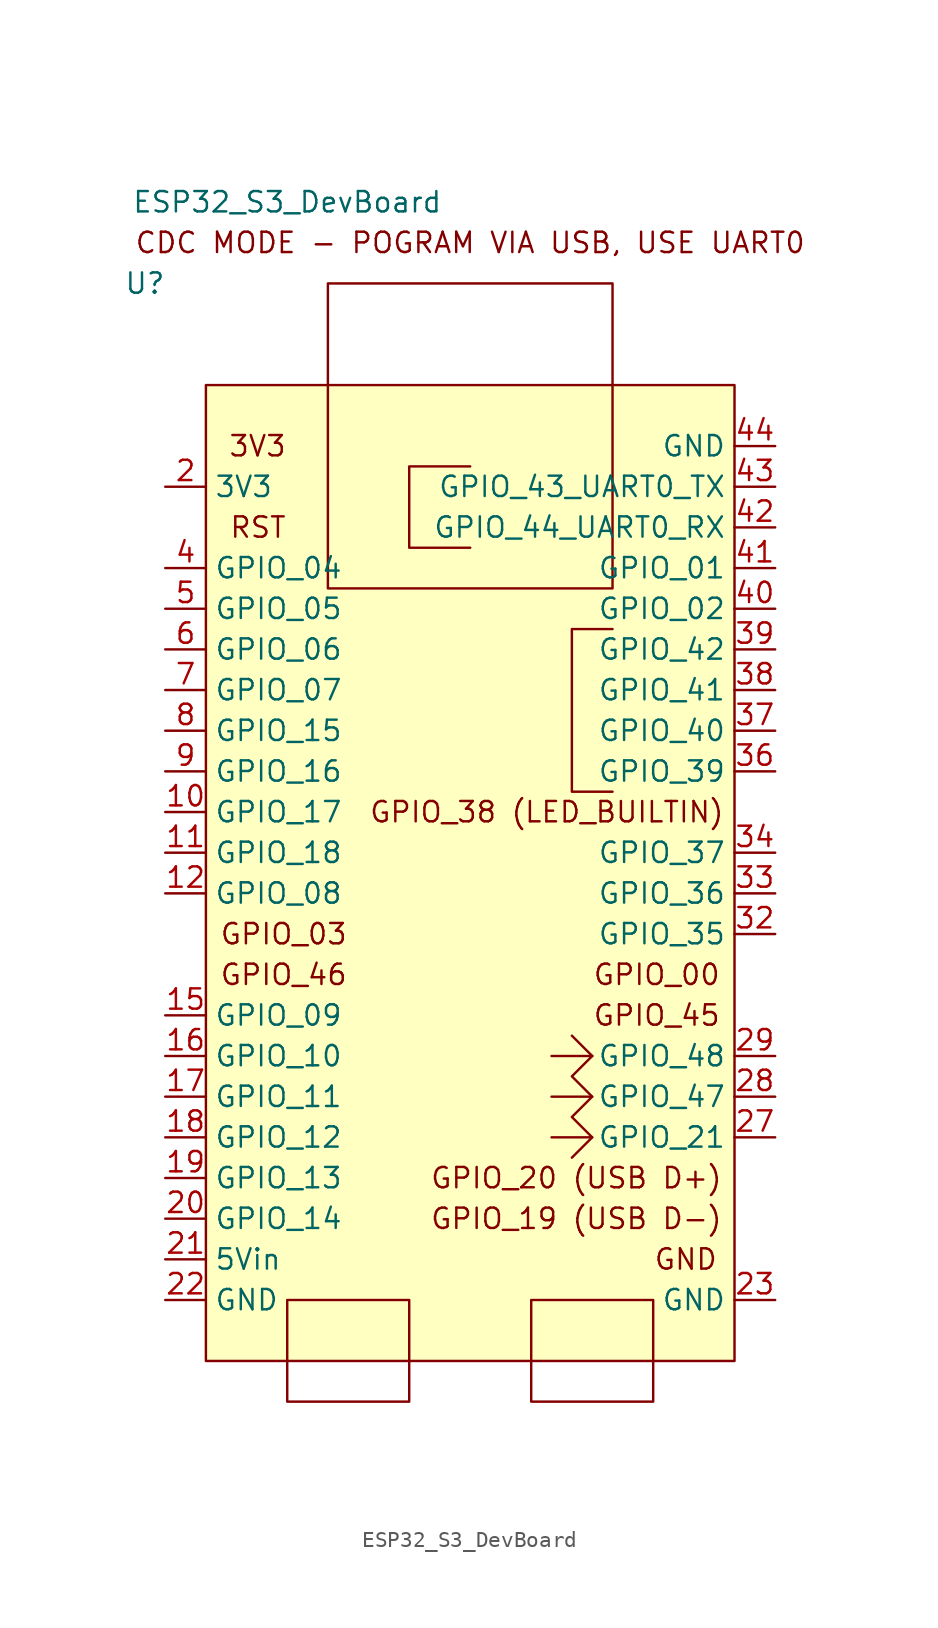
<source format=kicad_sym>
(kicad_symbol_lib
  (version 20211014)
  (generator kicad_symbol_editor)
  (symbol "ESP32_S3_DevBoard"
    (property "Reference" "U"
      (at -3.81 6.35 0)
      (effects (font (size 1.27 1.27))))
    (property "Value" "ESP32_S3_DevBoard"
      (at 5.08 11.43 0)
      (effects (font (size 1.27 1.27))))
    (symbol "ESP32_S3_DevBoard_0_0"
      (polyline (pts (xy 24.13 -46.99) (xy 21.59 -46.99)) (stroke (width 0.152) (type default) (color 0 0 0 0)) (fill (type none)))
      (polyline (pts (xy 24.13 -44.45) (xy 21.59 -44.45)) (stroke (width 0.152) (type default) (color 0 0 0 0)) (fill (type none)))
      (polyline (pts (xy 24.13 -41.91) (xy 21.59 -41.91)) (stroke (width 0.152) (type default) (color 0 0 0 0)) (fill (type none)))
      (polyline (pts (xy 24.13 -41.91) (xy 22.86 -40.64)) (stroke (width 0.152) (type default) (color 0 0 0 0)) (fill (type none)))
      (polyline (pts (xy 16.51 -10.16) (xy 12.7 -10.16) (xy 12.7 -5.08) (xy 16.51 -5.08)) (stroke (width 0.152) (type default) (color 0 0 0 0)) (fill (type none)))
      (polyline (pts (xy 25.4 -25.4) (xy 22.86 -25.4) (xy 22.86 -15.24) (xy 25.4 -15.24)) (stroke (width 0.152) (type default) (color 0 0 0 0)) (fill (type none)))
      (polyline (pts (xy 24.13 -41.91) (xy 22.86 -43.18) (xy 24.13 -44.45) (xy 22.86 -45.72) (xy 24.13 -46.99) (xy 22.86 -48.26)) (stroke (width 0.152) (type default) (color 0 0 0 0)) (fill (type none)))
      (rectangle (start 5.08 -57.15) (end 12.7 -63.5) (stroke (width 0.152) (type default) (color 0 0 0 0)) (fill (type none)))
      (rectangle (start 7.62 -12.7) (end 25.4 6.35) (stroke (width 0.152) (type default) (color 0 0 0 0)) (fill (type none)))
      (rectangle (start 20.32 -57.15) (end 27.94 -63.5) (stroke (width 0.152) (type default) (color 0 0 0 0)) (fill (type none)))
      (text "3V3" (at 5.08 -3.81 0) (effects (font (size 1.27 1.27)) (justify right)))
      (text "CDC MODE - POGRAM VIA USB, USE UART0" (at 16.51 8.89 0) (effects (font (size 1.27 1.27))))
      (text "GND" (at 27.94 -54.61 0) (effects (font (size 1.27 1.27)) (justify left)))
      (text "GPIO_00" (at 24.13 -36.83 0) (effects (font (size 1.27 1.27)) (justify left)))
      (text "GPIO_03" (at 8.89 -34.29 0) (effects (font (size 1.27 1.27)) (justify right)))
      (text "GPIO_19 (USB D-)" (at 13.97 -52.07 0) (effects (font (size 1.27 1.27)) (justify left)))
      (text "GPIO_20 (USB D+)" (at 13.97 -49.53 0) (effects (font (size 1.27 1.27)) (justify left)))
      (text "GPIO_38 (LED_BUILTIN)" (at 10.16 -26.67 0) (effects (font (size 1.27 1.27)) (justify left)))
      (text "GPIO_45" (at 24.13 -39.37 0) (effects (font (size 1.27 1.27)) (justify left)))
      (text "GPIO_46" (at 8.89 -36.83 0) (effects (font (size 1.27 1.27)) (justify right)))
      (text "RST" (at 5.08 -8.89 0) (effects (font (size 1.27 1.27)) (justify right))))
    (symbol "ESP32_S3_DevBoard_0_1"
      (rectangle (start 0 -60.96) (end 33.02 0) (stroke (width 0.152) (type default) (color 0 0 0 0)) (fill (type background))))
    (symbol "ESP32_S3_DevBoard_1_1"
      (pin input line (at -2.54 -26.67 0) (length 2.54) (name "GPIO_17" (effects (font (size 1.27 1.27)))) (number "10" (effects (font (size 1.27 1.27)))))
      (pin input line (at -2.54 -29.21 0) (length 2.54) (name "GPIO_18" (effects (font (size 1.27 1.27)))) (number "11" (effects (font (size 1.27 1.27)))))
      (pin input line (at -2.54 -31.75 0) (length 2.54) (name "GPIO_08" (effects (font (size 1.27 1.27)))) (number "12" (effects (font (size 1.27 1.27)))))
      (pin input line (at -2.54 -39.37 0) (length 2.54) (name "GPIO_09" (effects (font (size 1.27 1.27)))) (number "15" (effects (font (size 1.27 1.27)))))
      (pin input line (at -2.54 -41.91 0) (length 2.54) (name "GPIO_10" (effects (font (size 1.27 1.27)))) (number "16" (effects (font (size 1.27 1.27)))))
      (pin input line (at -2.54 -44.45 0) (length 2.54) (name "GPIO_11" (effects (font (size 1.27 1.27)))) (number "17" (effects (font (size 1.27 1.27)))))
      (pin input line (at -2.54 -46.99 0) (length 2.54) (name "GPIO_12" (effects (font (size 1.27 1.27)))) (number "18" (effects (font (size 1.27 1.27)))))
      (pin input line (at -2.54 -49.53 0) (length 2.54) (name "GPIO_13" (effects (font (size 1.27 1.27)))) (number "19" (effects (font (size 1.27 1.27)))))
      (pin input line (at -2.54 -6.35 0) (length 2.54) (name "3V3" (effects (font (size 1.27 1.27)))) (number "2" (effects (font (size 1.27 1.27)))))
      (pin input line (at -2.54 -52.07 0) (length 2.54) (name "GPIO_14" (effects (font (size 1.27 1.27)))) (number "20" (effects (font (size 1.27 1.27)))))
      (pin input line (at -2.54 -54.61 0) (length 2.54) (name "5Vin" (effects (font (size 1.27 1.27)))) (number "21" (effects (font (size 1.27 1.27)))))
      (pin input line (at -2.54 -57.15 0) (length 2.54) (name "GND" (effects (font (size 1.27 1.27)))) (number "22" (effects (font (size 1.27 1.27)))))
      (pin input line (at 35.56 -57.15 180) (length 2.54) (name "GND" (effects (font (size 1.27 1.27)))) (number "23" (effects (font (size 1.27 1.27)))))
      (pin input line (at 35.56 -46.99 180) (length 2.54) (name "GPIO_21" (effects (font (size 1.27 1.27)))) (number "27" (effects (font (size 1.27 1.27)))))
      (pin input line (at 35.56 -44.45 180) (length 2.54) (name "GPIO_47" (effects (font (size 1.27 1.27)))) (number "28" (effects (font (size 1.27 1.27)))))
      (pin input line (at 35.56 -41.91 180) (length 2.54) (name "GPIO_48" (effects (font (size 1.27 1.27)))) (number "29" (effects (font (size 1.27 1.27)))))
      (pin input line (at 35.56 -34.29 180) (length 2.54) (name "GPIO_35" (effects (font (size 1.27 1.27)))) (number "32" (effects (font (size 1.27 1.27)))))
      (pin input line (at 35.56 -31.75 180) (length 2.54) (name "GPIO_36" (effects (font (size 1.27 1.27)))) (number "33" (effects (font (size 1.27 1.27)))))
      (pin input line (at 35.56 -29.21 180) (length 2.54) (name "GPIO_37" (effects (font (size 1.27 1.27)))) (number "34" (effects (font (size 1.27 1.27)))))
      (pin input line (at 35.56 -24.13 180) (length 2.54) (name "GPIO_39" (effects (font (size 1.27 1.27)))) (number "36" (effects (font (size 1.27 1.27)))))
      (pin input line (at 35.56 -21.59 180) (length 2.54) (name "GPIO_40" (effects (font (size 1.27 1.27)))) (number "37" (effects (font (size 1.27 1.27)))))
      (pin input line (at 35.56 -19.05 180) (length 2.54) (name "GPIO_41" (effects (font (size 1.27 1.27)))) (number "38" (effects (font (size 1.27 1.27)))))
      (pin input line (at 35.56 -16.51 180) (length 2.54) (name "GPIO_42" (effects (font (size 1.27 1.27)))) (number "39" (effects (font (size 1.27 1.27)))))
      (pin input line (at -2.54 -11.43 0) (length 2.54) (name "GPIO_04" (effects (font (size 1.27 1.27)))) (number "4" (effects (font (size 1.27 1.27)))))
      (pin input line (at 35.56 -13.97 180) (length 2.54) (name "GPIO_02" (effects (font (size 1.27 1.27)))) (number "40" (effects (font (size 1.27 1.27)))))
      (pin input line (at 35.56 -11.43 180) (length 2.54) (name "GPIO_01" (effects (font (size 1.27 1.27)))) (number "41" (effects (font (size 1.27 1.27)))))
      (pin input line (at 35.56 -8.89 180) (length 2.54) (name "GPIO_44_UART0_RX" (effects (font (size 1.27 1.27)))) (number "42" (effects (font (size 1.27 1.27)))))
      (pin input line (at 35.56 -6.35 180) (length 2.54) (name "GPIO_43_UART0_TX" (effects (font (size 1.27 1.27)))) (number "43" (effects (font (size 1.27 1.27)))))
      (pin input line (at 35.56 -3.81 180) (length 2.54) (name "GND" (effects (font (size 1.27 1.27)))) (number "44" (effects (font (size 1.27 1.27)))))
      (pin input line (at -2.54 -13.97 0) (length 2.54) (name "GPIO_05" (effects (font (size 1.27 1.27)))) (number "5" (effects (font (size 1.27 1.27)))))
      (pin input line (at -2.54 -16.51 0) (length 2.54) (name "GPIO_06" (effects (font (size 1.27 1.27)))) (number "6" (effects (font (size 1.27 1.27)))))
      (pin input line (at -2.54 -19.05 0) (length 2.54) (name "GPIO_07" (effects (font (size 1.27 1.27)))) (number "7" (effects (font (size 1.27 1.27)))))
      (pin input line (at -2.54 -21.59 0) (length 2.54) (name "GPIO_15" (effects (font (size 1.27 1.27)))) (number "8" (effects (font (size 1.27 1.27)))))
      (pin input line (at -2.54 -24.13 0) (length 2.54) (name "GPIO_16" (effects (font (size 1.27 1.27)))) (number "9" (effects (font (size 1.27 1.27))))))))
</source>
